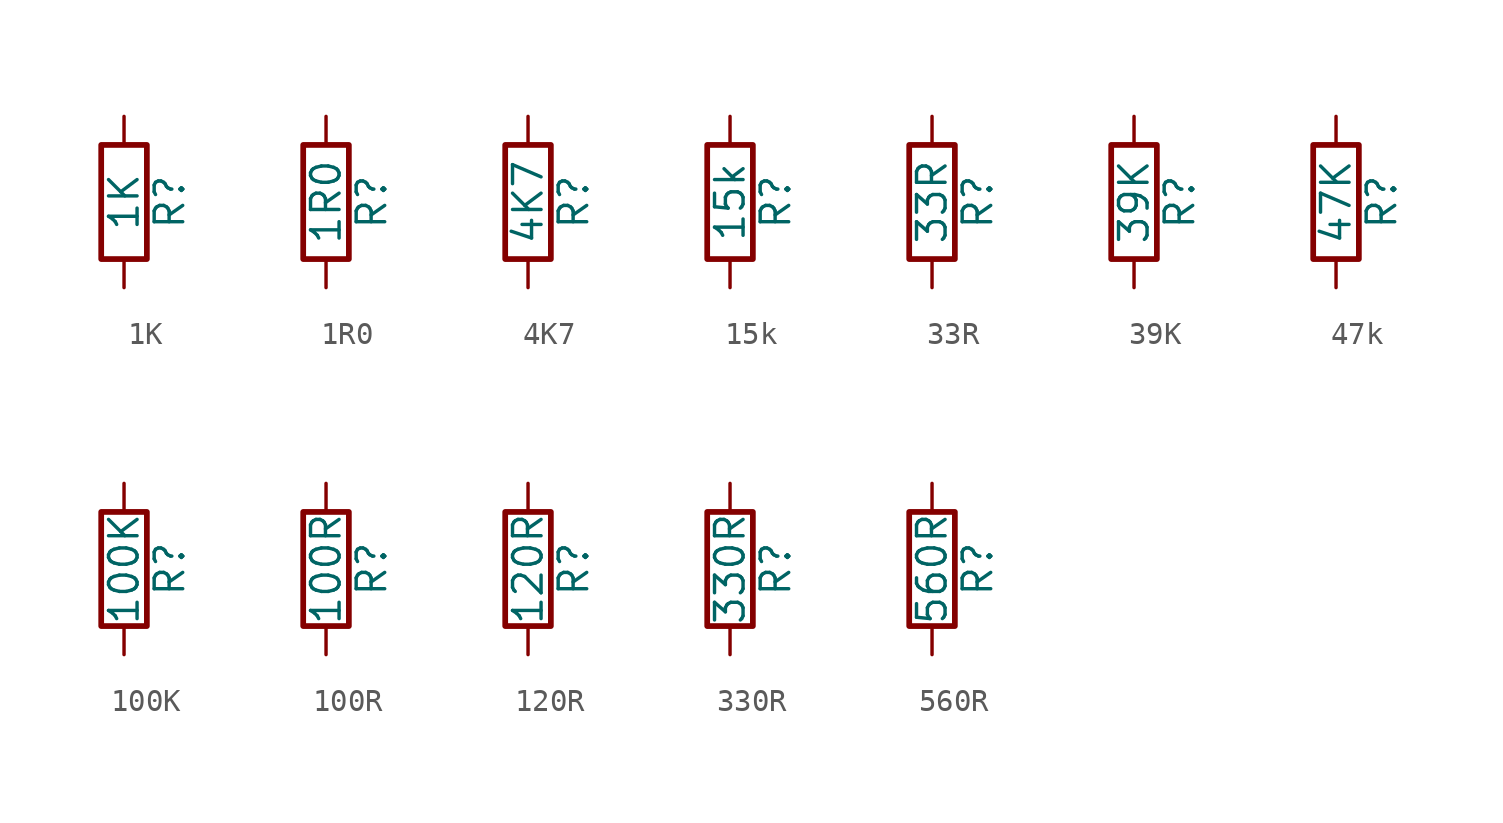
<source format=kicad_sym>
(kicad_symbol_lib
  (version 20231120)
  (generator "kicad_symbol_editor")
  (generator_version "8.0")
  (symbol "1K"
    (pin_numbers hide)
    (pin_names
      (offset 0))
    (property "Reference" "R"
      (at 2.032 0 90)
      (effects (font (size 1.27 1.27))))
    (property "Value" "1K"
      (at 0 0 90)
      (effects (font (size 1.27 1.27))))
    (symbol "1K_0_1"
      (rectangle (start -1.016 -2.54) (end 1.016 2.54) (stroke (width 0.254) (type default)) (fill (type none))))
    (symbol "1K_1_1"
      (pin passive line (at 0 3.81 270) (length 1.27) (name "~" (effects (font (size 1.27 1.27)))) (number "1" (effects (font (size 1.27 1.27)))))
      (pin passive line (at 0 -3.81 90) (length 1.27) (name "~" (effects (font (size 1.27 1.27)))) (number "2" (effects (font (size 1.27 1.27)))))))
  (symbol "1R0"
    (pin_numbers hide)
    (pin_names
      (offset 0))
    (property "Reference" "R"
      (at 2.032 0 90)
      (effects (font (size 1.27 1.27))))
    (property "Value" "1R0"
      (at 0 0 90)
      (effects (font (size 1.27 1.27))))
    (symbol "1R0_0_1"
      (rectangle (start -1.016 -2.54) (end 1.016 2.54) (stroke (width 0.254) (type default)) (fill (type none))))
    (symbol "1R0_1_1"
      (pin passive line (at 0 3.81 270) (length 1.27) (name "~" (effects (font (size 1.27 1.27)))) (number "1" (effects (font (size 1.27 1.27)))))
      (pin passive line (at 0 -3.81 90) (length 1.27) (name "~" (effects (font (size 1.27 1.27)))) (number "2" (effects (font (size 1.27 1.27)))))))
  (symbol "4K7"
    (pin_numbers hide)
    (pin_names
      (offset 0))
    (property "Reference" "R"
      (at 2.032 0 90)
      (effects (font (size 1.27 1.27))))
    (property "Value" "4K7"
      (at 0 0 90)
      (effects (font (size 1.27 1.27))))
    (symbol "4K7_0_1"
      (rectangle (start -1.016 -2.54) (end 1.016 2.54) (stroke (width 0.254) (type default)) (fill (type none))))
    (symbol "4K7_1_1"
      (pin passive line (at 0 3.81 270) (length 1.27) (name "~" (effects (font (size 1.27 1.27)))) (number "1" (effects (font (size 1.27 1.27)))))
      (pin passive line (at 0 -3.81 90) (length 1.27) (name "~" (effects (font (size 1.27 1.27)))) (number "2" (effects (font (size 1.27 1.27)))))))
  (symbol "15k"
    (pin_numbers hide)
    (pin_names
      (offset 0))
    (property "Reference" "R"
      (at 2.032 0 90)
      (effects (font (size 1.27 1.27))))
    (property "Value" "15k"
      (at 0 0 90)
      (effects (font (size 1.27 1.27))))
    (symbol "15k_0_1"
      (rectangle (start -1.016 -2.54) (end 1.016 2.54) (stroke (width 0.254) (type default)) (fill (type none))))
    (symbol "15k_1_1"
      (pin passive line (at 0 3.81 270) (length 1.27) (name "~" (effects (font (size 1.27 1.27)))) (number "1" (effects (font (size 1.27 1.27)))))
      (pin passive line (at 0 -3.81 90) (length 1.27) (name "~" (effects (font (size 1.27 1.27)))) (number "2" (effects (font (size 1.27 1.27)))))))
  (symbol "33R"
    (pin_numbers hide)
    (pin_names
      (offset 0))
    (property "Reference" "R"
      (at 2.032 0 90)
      (effects (font (size 1.27 1.27))))
    (property "Value" "33R"
      (at 0 0 90)
      (effects (font (size 1.27 1.27))))
    (symbol "33R_0_1"
      (rectangle (start -1.016 -2.54) (end 1.016 2.54) (stroke (width 0.254) (type default)) (fill (type none))))
    (symbol "33R_1_1"
      (pin passive line (at 0 3.81 270) (length 1.27) (name "~" (effects (font (size 1.27 1.27)))) (number "1" (effects (font (size 1.27 1.27)))))
      (pin passive line (at 0 -3.81 90) (length 1.27) (name "~" (effects (font (size 1.27 1.27)))) (number "2" (effects (font (size 1.27 1.27)))))))
  (symbol "39K"
    (pin_numbers hide)
    (pin_names
      (offset 0))
    (property "Reference" "R"
      (at 2.032 0 90)
      (effects (font (size 1.27 1.27))))
    (property "Value" "39K"
      (at 0 0 90)
      (effects (font (size 1.27 1.27))))
    (symbol "39K_1_1"
      (rectangle (start -1.016 2.54) (end 1.016 -2.54) (stroke (width 0.254) (type default)) (fill (type none)))
      (pin passive line (at 0 3.81 270) (length 1.27) (name "~" (effects (font (size 1.27 1.27)))) (number "1" (effects (font (size 1.27 1.27)))))
      (pin passive line (at 0 -3.81 90) (length 1.27) (name "~" (effects (font (size 1.27 1.27)))) (number "2" (effects (font (size 1.27 1.27)))))))
  (symbol "47k"
    (pin_numbers hide)
    (pin_names
      (offset 0))
    (property "Reference" "R"
      (at 2.032 0 90)
      (effects (font (size 1.27 1.27))))
    (property "Value" "47K"
      (at 0 0 90)
      (effects (font (size 1.27 1.27))))
    (symbol "47k_0_1"
      (rectangle (start -1.016 2.54) (end 1.016 -2.54) (stroke (width 0.254) (type default)) (fill (type none))))
    (symbol "47k_1_1"
      (pin passive line (at 0 3.81 270) (length 1.27) (name "~" (effects (font (size 1.27 1.27)))) (number "1" (effects (font (size 1.27 1.27)))))
      (pin passive line (at 0 -3.81 90) (length 1.27) (name "~" (effects (font (size 1.27 1.27)))) (number "2" (effects (font (size 1.27 1.27)))))))
  (symbol "100K"
    (pin_numbers hide)
    (pin_names
      (offset 0))
    (property "Reference" "R"
      (at 2.032 0 90)
      (effects (font (size 1.27 1.27))))
    (property "Value" "100K"
      (at 0 0 90)
      (effects (font (size 1.27 1.27))))
    (symbol "100K_0_1"
      (rectangle (start -1.016 -2.54) (end 1.016 2.54) (stroke (width 0.254) (type default)) (fill (type none))))
    (symbol "100K_1_1"
      (pin passive line (at 0 3.81 270) (length 1.27) (name "~" (effects (font (size 1.27 1.27)))) (number "1" (effects (font (size 1.27 1.27)))))
      (pin passive line (at 0 -3.81 90) (length 1.27) (name "~" (effects (font (size 1.27 1.27)))) (number "2" (effects (font (size 1.27 1.27)))))))
  (symbol "100R"
    (pin_numbers hide)
    (pin_names
      (offset 0))
    (property "Reference" "R"
      (at 2.032 0 90)
      (effects (font (size 1.27 1.27))))
    (property "Value" "100R"
      (at 0 0 90)
      (effects (font (size 1.27 1.27))))
    (symbol "100R_0_1"
      (rectangle (start -1.016 -2.54) (end 1.016 2.54) (stroke (width 0.254) (type default)) (fill (type none))))
    (symbol "100R_1_1"
      (pin passive line (at 0 3.81 270) (length 1.27) (name "~" (effects (font (size 1.27 1.27)))) (number "1" (effects (font (size 1.27 1.27)))))
      (pin passive line (at 0 -3.81 90) (length 1.27) (name "~" (effects (font (size 1.27 1.27)))) (number "2" (effects (font (size 1.27 1.27)))))))
  (symbol "120R"
    (pin_numbers hide)
    (pin_names
      (offset 0))
    (property "Reference" "R"
      (at 2.032 0 90)
      (effects (font (size 1.27 1.27))))
    (property "Value" "120R"
      (at 0 0 90)
      (effects (font (size 1.27 1.27))))
    (symbol "120R_0_1"
      (rectangle (start -1.016 -2.54) (end 1.016 2.54) (stroke (width 0.254) (type default)) (fill (type none))))
    (symbol "120R_1_1"
      (pin passive line (at 0 3.81 270) (length 1.27) (name "~" (effects (font (size 1.27 1.27)))) (number "1" (effects (font (size 1.27 1.27)))))
      (pin passive line (at 0 -3.81 90) (length 1.27) (name "~" (effects (font (size 1.27 1.27)))) (number "2" (effects (font (size 1.27 1.27)))))))
  (symbol "330R"
    (pin_numbers hide)
    (pin_names
      (offset 0))
    (property "Reference" "R"
      (at 2.032 0 90)
      (effects (font (size 1.27 1.27))))
    (property "Value" "330R"
      (at 0 0 90)
      (effects (font (size 1.27 1.27))))
    (symbol "330R_0_1"
      (rectangle (start -1.016 -2.54) (end 1.016 2.54) (stroke (width 0.254) (type default)) (fill (type none))))
    (symbol "330R_1_1"
      (pin passive line (at 0 3.81 270) (length 1.27) (name "~" (effects (font (size 1.27 1.27)))) (number "1" (effects (font (size 1.27 1.27)))))
      (pin passive line (at 0 -3.81 90) (length 1.27) (name "~" (effects (font (size 1.27 1.27)))) (number "2" (effects (font (size 1.27 1.27)))))))
  (symbol "560R"
    (pin_numbers hide)
    (pin_names
      (offset 0))
    (property "Reference" "R"
      (at 2.032 0 90)
      (effects (font (size 1.27 1.27))))
    (property "Value" "560R"
      (at 0 0 90)
      (effects (font (size 1.27 1.27))))
    (symbol "560R_0_1"
      (rectangle (start -1.016 -2.54) (end 1.016 2.54) (stroke (width 0.254) (type default)) (fill (type none))))
    (symbol "560R_1_1"
      (pin passive line (at 0 3.81 270) (length 1.27) (name "~" (effects (font (size 1.27 1.27)))) (number "1" (effects (font (size 1.27 1.27)))))
      (pin passive line (at 0 -3.81 90) (length 1.27) (name "~" (effects (font (size 1.27 1.27)))) (number "2" (effects (font (size 1.27 1.27))))))))
</source>
